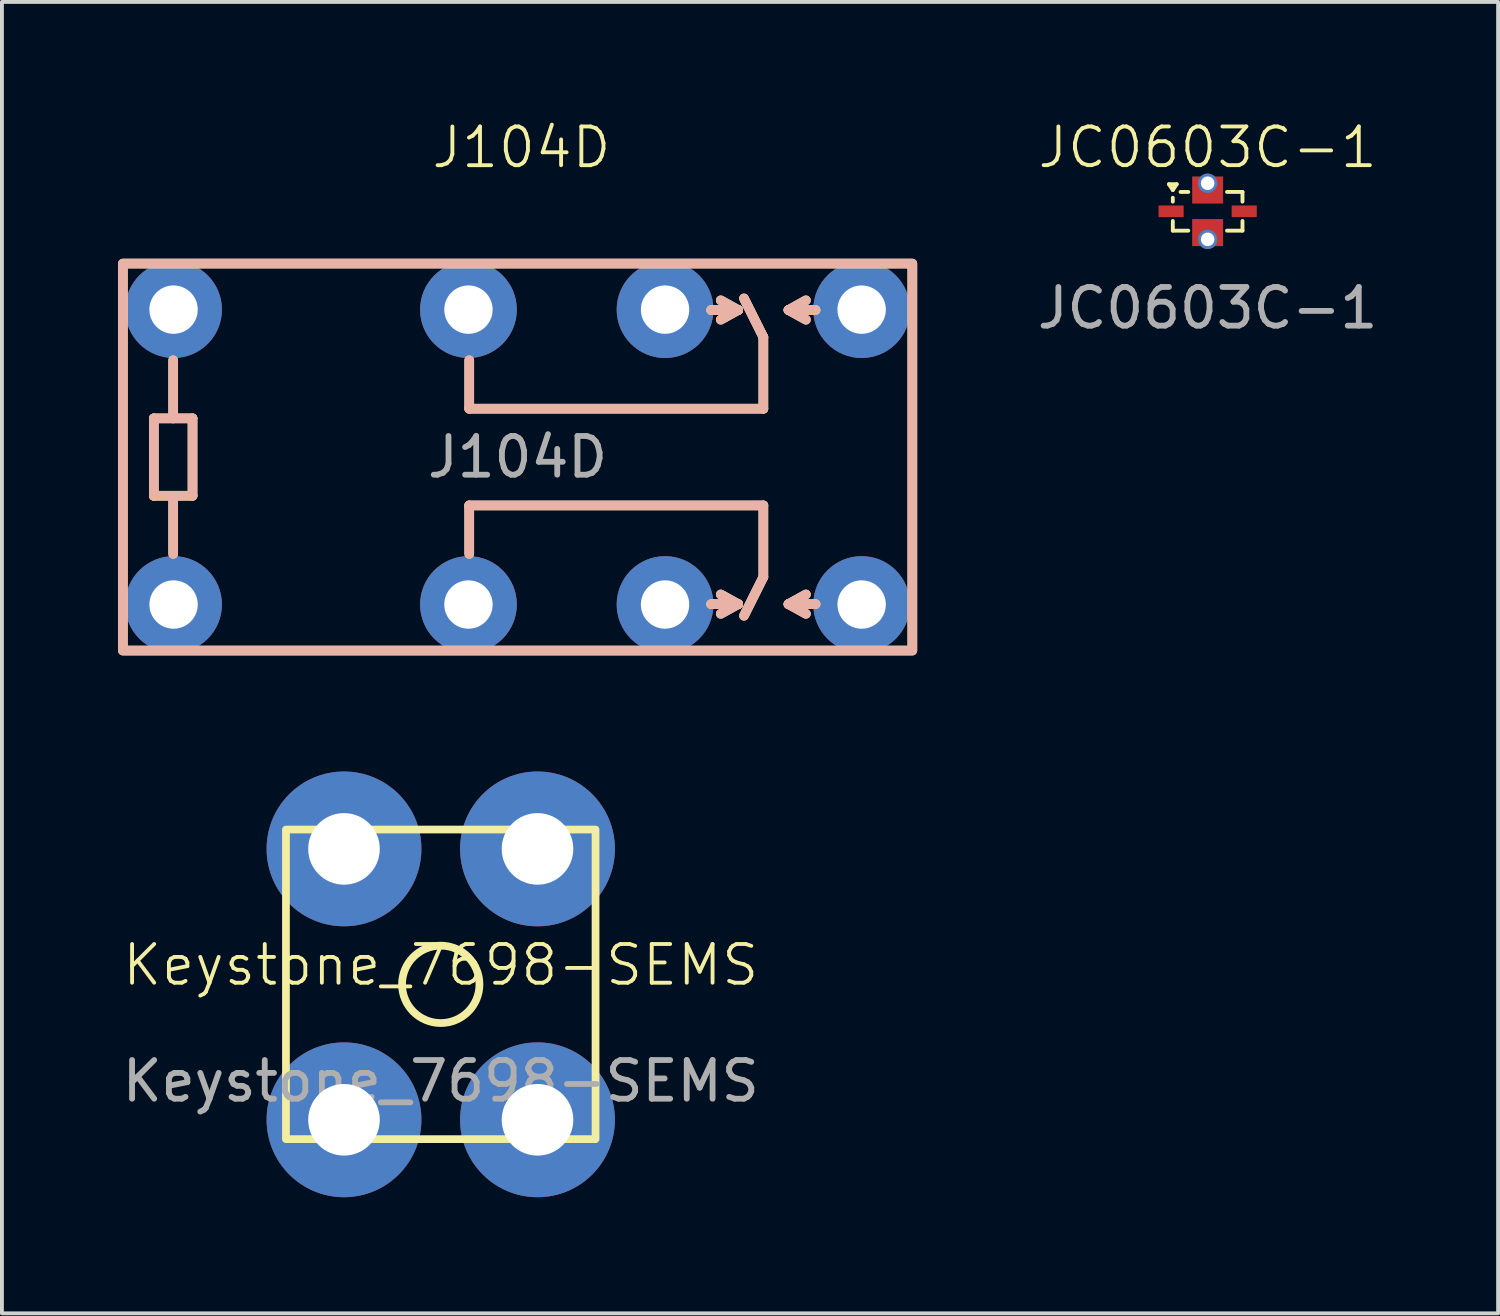
<source format=kicad_pcb>
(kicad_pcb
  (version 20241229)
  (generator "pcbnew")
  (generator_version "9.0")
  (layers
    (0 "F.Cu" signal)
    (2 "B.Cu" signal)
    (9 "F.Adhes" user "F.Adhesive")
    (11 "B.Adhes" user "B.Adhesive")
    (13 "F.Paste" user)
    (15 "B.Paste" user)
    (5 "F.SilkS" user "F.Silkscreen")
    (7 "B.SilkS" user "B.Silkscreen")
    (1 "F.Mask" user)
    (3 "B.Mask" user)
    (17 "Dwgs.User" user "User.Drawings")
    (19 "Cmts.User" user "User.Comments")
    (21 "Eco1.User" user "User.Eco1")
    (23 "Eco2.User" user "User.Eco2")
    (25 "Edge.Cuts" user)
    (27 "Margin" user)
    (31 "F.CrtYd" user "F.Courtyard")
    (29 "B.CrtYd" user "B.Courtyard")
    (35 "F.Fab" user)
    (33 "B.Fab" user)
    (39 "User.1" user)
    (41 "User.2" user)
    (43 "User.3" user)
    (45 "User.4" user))
  (footprint "Keystone_7698-SEMS"
    (layer "F.Cu")
    (at 8.339 22.386)
    (property "Reference" "Keystone_7698-SEMS" (at 0 -0.5 0) (unlocked yes) (layer "F.SilkS") (effects (font (size 1 1) (thickness 0.1))))
    (attr through_hole)
    (fp_rect (start -4 -4) (end 4 4) (stroke (width 0.2) (type solid)) (fill no) (layer "F.SilkS"))
    (fp_circle (center 0 0) (end 0 -1) (stroke (width 0.2) (type solid)) (fill no) (layer "F.SilkS"))
    (fp_text user "${REFERENCE}" (at 0 2.5 0) (unlocked yes) (layer "F.Fab") (effects (font (size 1 1) (thickness 0.15))))
    (pad "1" thru_hole circle (at -2.5 -3.5) (size 4 4) (drill 1.85) (layers "*.Cu" "*.Mask"))
    (pad "1" thru_hole circle (at -2.5 3.5) (size 4 4) (drill 1.85) (layers "*.Cu" "*.Mask"))
    (pad "1" thru_hole circle (at 2.5 -3.5) (size 4 4) (drill 1.85) (layers "*.Cu" "*.Mask"))
    (pad "1" thru_hole circle (at 2.5 3.5) (size 4 4) (drill 1.85) (layers "*.Cu" "*.Mask")))
  (footprint "J104D"
    (layer "F.Cu")
    (at 10.325 8.761)
    (property "Reference" "J104D" (at 0.1 -8 0) (unlocked yes) (layer "F.SilkS") (effects (font (size 1 1) (thickness 0.1))))
    (attr through_hole)
    (fp_line (start -9.4 -1) (end -9.4 1) (stroke (width 0.25) (type default)) (layer "F.SilkS"))
    (fp_line (start -9.4 -1) (end -8.4 -1) (stroke (width 0.25) (type default)) (layer "F.SilkS"))
    (fp_line (start -8.9 -2.5) (end -8.9 -1) (stroke (width 0.25) (type default)) (layer "F.SilkS"))
    (fp_line (start -8.9 1) (end -8.9 2.5) (stroke (width 0.25) (type default)) (layer "F.SilkS"))
    (fp_line (start -8.4 1) (end -9.4 1) (stroke (width 0.25) (type default)) (layer "F.SilkS"))
    (fp_line (start -8.4 1) (end -8.4 -1) (stroke (width 0.25) (type default)) (layer "F.SilkS"))
    (fp_line (start -1.25 -2.5) (end -1.25 -1.25) (stroke (width 0.25) (type default)) (layer "F.SilkS"))
    (fp_line (start -1.25 -1.25) (end 6.35 -1.25) (stroke (width 0.25) (type default)) (layer "F.SilkS"))
    (fp_line (start -1.25 1.25) (end 6.35 1.25) (stroke (width 0.25) (type default)) (layer "F.SilkS"))
    (fp_line (start -1.25 2.5) (end -1.25 1.25) (stroke (width 0.25) (type default)) (layer "F.SilkS"))
    (fp_line (start 5 -3.8) (end 5.7 -3.8) (stroke (width 0.25) (type default)) (layer "F.SilkS"))
    (fp_line (start 5 3.8) (end 5.7 3.8) (stroke (width 0.25) (type default)) (layer "F.SilkS"))
    (fp_line (start 5.7 -3.8) (end 5.25 -4.05) (stroke (width 0.25) (type default)) (layer "F.SilkS"))
    (fp_line (start 5.7 -3.8) (end 5.25 -3.55) (stroke (width 0.25) (type default)) (layer "F.SilkS"))
    (fp_line (start 5.7 3.8) (end 5.25 3.55) (stroke (width 0.25) (type default)) (layer "F.SilkS"))
    (fp_line (start 5.7 3.8) (end 5.25 4.05) (stroke (width 0.25) (type default)) (layer "F.SilkS"))
    (fp_line (start 6.35 -3.1) (end 5.85 -4.1) (stroke (width 0.25) (type default)) (layer "F.SilkS"))
    (fp_line (start 6.35 -3.1) (end 6.35 -1.25) (stroke (width 0.25) (type default)) (layer "F.SilkS"))
    (fp_line (start 6.35 3.1) (end 5.85 4.1) (stroke (width 0.25) (type default)) (layer "F.SilkS"))
    (fp_line (start 6.35 3.1) (end 6.35 1.25) (stroke (width 0.25) (type default)) (layer "F.SilkS"))
    (fp_line (start 7 -3.8) (end 7.45 -4.05) (stroke (width 0.25) (type default)) (layer "F.SilkS"))
    (fp_line (start 7 -3.8) (end 7.45 -3.55) (stroke (width 0.25) (type default)) (layer "F.SilkS"))
    (fp_line (start 7 3.8) (end 7.45 3.55) (stroke (width 0.25) (type default)) (layer "F.SilkS"))
    (fp_line (start 7 3.8) (end 7.45 4.05) (stroke (width 0.25) (type default)) (layer "F.SilkS"))
    (fp_line (start 7.7 -3.8) (end 7 -3.8) (stroke (width 0.25) (type default)) (layer "F.SilkS"))
    (fp_line (start 7.7 3.8) (end 7 3.8) (stroke (width 0.25) (type default)) (layer "F.SilkS"))
    (fp_rect (start -10.2 -5) (end 10.2 5) (stroke (width 0.25) (type default)) (fill no) (layer "F.SilkS"))
    (fp_line (start -9.4 -1) (end -9.4 1) (stroke (width 0.25) (type default)) (layer "B.SilkS"))
    (fp_line (start -9.4 -1) (end -8.4 -1) (stroke (width 0.25) (type default)) (layer "B.SilkS"))
    (fp_line (start -8.9 -2.5) (end -8.9 -1) (stroke (width 0.25) (type default)) (layer "B.SilkS"))
    (fp_line (start -8.9 1) (end -8.9 2.5) (stroke (width 0.25) (type default)) (layer "B.SilkS"))
    (fp_line (start -8.4 1) (end -9.4 1) (stroke (width 0.25) (type default)) (layer "B.SilkS"))
    (fp_line (start -8.4 1) (end -8.4 -1) (stroke (width 0.25) (type default)) (layer "B.SilkS"))
    (fp_line (start -1.25 -1.25) (end -1.25 -2.5) (stroke (width 0.25) (type default)) (layer "B.SilkS"))
    (fp_line (start -1.25 1.25) (end -1.25 2.5) (stroke (width 0.25) (type default)) (layer "B.SilkS"))
    (fp_line (start 5.25 -4.05) (end 5.7 -3.8) (stroke (width 0.25) (type default)) (layer "B.SilkS"))
    (fp_line (start 5.25 -3.55) (end 5.7 -3.8) (stroke (width 0.25) (type default)) (layer "B.SilkS"))
    (fp_line (start 5.25 3.55) (end 5.7 3.8) (stroke (width 0.25) (type default)) (layer "B.SilkS"))
    (fp_line (start 5.25 4.05) (end 5.7 3.8) (stroke (width 0.25) (type default)) (layer "B.SilkS"))
    (fp_line (start 5.7 -3.8) (end 5 -3.8) (stroke (width 0.25) (type default)) (layer "B.SilkS"))
    (fp_line (start 5.7 3.8) (end 5 3.8) (stroke (width 0.25) (type default)) (layer "B.SilkS"))
    (fp_line (start 5.85 -4.1) (end 6.35 -3.1) (stroke (width 0.25) (type default)) (layer "B.SilkS"))
    (fp_line (start 5.85 4.1) (end 6.35 3.1) (stroke (width 0.25) (type default)) (layer "B.SilkS"))
    (fp_line (start 6.35 -1.25) (end -1.25 -1.25) (stroke (width 0.25) (type default)) (layer "B.SilkS"))
    (fp_line (start 6.35 -1.25) (end 6.35 -3.1) (stroke (width 0.25) (type default)) (layer "B.SilkS"))
    (fp_line (start 6.35 1.25) (end -1.25 1.25) (stroke (width 0.25) (type default)) (layer "B.SilkS"))
    (fp_line (start 6.35 1.25) (end 6.35 3.1) (stroke (width 0.25) (type default)) (layer "B.SilkS"))
    (fp_line (start 7 -3.8) (end 7.7 -3.8) (stroke (width 0.25) (type default)) (layer "B.SilkS"))
    (fp_line (start 7 3.8) (end 7.7 3.8) (stroke (width 0.25) (type default)) (layer "B.SilkS"))
    (fp_line (start 7.45 -4.05) (end 7 -3.8) (stroke (width 0.25) (type default)) (layer "B.SilkS"))
    (fp_line (start 7.45 -3.55) (end 7 -3.8) (stroke (width 0.25) (type default)) (layer "B.SilkS"))
    (fp_line (start 7.45 3.55) (end 7 3.8) (stroke (width 0.25) (type default)) (layer "B.SilkS"))
    (fp_line (start 7.45 4.05) (end 7 3.8) (stroke (width 0.25) (type default)) (layer "B.SilkS"))
    (fp_rect (start -10.2 -5) (end 10.2 5) (stroke (width 0.25) (type default)) (fill no) (layer "B.SilkS"))
    (fp_text user "${REFERENCE}" (at 0 0 0) (unlocked yes) (layer "F.Fab") (effects (font (size 1 1) (thickness 0.15))))
    (pad "11" thru_hole circle (at -1.27 -3.81) (size 2.5 2.5) (drill 1.25) (layers "*.Cu" "*.Mask"))
    (pad "12" thru_hole circle (at 3.81 -3.81) (size 2.5 2.5) (drill 1.25) (layers "*.Cu" "*.Mask"))
    (pad "14" thru_hole circle (at 8.89 -3.81) (size 2.5 2.5) (drill 1.25) (layers "*.Cu" "*.Mask"))
    (pad "21" thru_hole circle (at -1.27 3.81) (size 2.5 2.5) (drill 1.25) (layers "*.Cu" "*.Mask"))
    (pad "22" thru_hole circle (at 3.81 3.81) (size 2.5 2.5) (drill 1.25) (layers "*.Cu" "*.Mask"))
    (pad "24" thru_hole circle (at 8.89 3.81) (size 2.5 2.5) (drill 1.25) (layers "*.Cu" "*.Mask"))
    (pad "A1" thru_hole circle (at -8.89 -3.81) (size 2.5 2.5) (drill 1.25) (layers "*.Cu" "*.Mask"))
    (pad "A2" thru_hole circle (at -8.89 3.81) (size 2.5 2.5) (drill 1.25) (layers "*.Cu" "*.Mask")))
  (footprint "JC0603C-1"
    (layer "F.Cu")
    (at 28.156 2.41)
    (property "Reference" "JC0603C-1" (at 0 -1.65 0) (unlocked yes) (layer "F.SilkS") (effects (font (size 1 1) (thickness 0.1))))
    (attr smd)
    (fp_line (start -1 -0.7) (end -0.9 -0.55) (stroke (width 0.1) (type default)) (layer "F.SilkS"))
    (fp_line (start -0.9 -0.55) (end -0.8 -0.7) (stroke (width 0.1) (type default)) (layer "F.SilkS"))
    (fp_line (start -0.9 -0.25) (end -0.9 -0.35) (stroke (width 0.1) (type default)) (layer "F.SilkS"))
    (fp_line (start -0.9 0.25) (end -0.9 0.5) (stroke (width 0.1) (type default)) (layer "F.SilkS"))
    (fp_line (start -0.9 0.5) (end -0.5 0.5) (stroke (width 0.1) (type default)) (layer "F.SilkS"))
    (fp_line (start -0.8 -0.7) (end -1 -0.7) (stroke (width 0.1) (type default)) (layer "F.SilkS"))
    (fp_line (start -0.7 -0.5) (end -0.5 -0.5) (stroke (width 0.1) (type default)) (layer "F.SilkS"))
    (fp_line (start 0.5 -0.5) (end 0.9 -0.5) (stroke (width 0.1) (type default)) (layer "F.SilkS"))
    (fp_line (start 0.9 -0.5) (end 0.9 -0.25) (stroke (width 0.1) (type default)) (layer "F.SilkS"))
    (fp_line (start 0.9 0.25) (end 0.9 0.5) (stroke (width 0.1) (type default)) (layer "F.SilkS"))
    (fp_line (start 0.9 0.5) (end 0.5 0.5) (stroke (width 0.1) (type default)) (layer "F.SilkS"))
    (fp_text user "${REFERENCE}" (at 0 2.5 0) (unlocked yes) (layer "F.Fab") (effects (font (size 1 1) (thickness 0.15))))
    (pad "1" smd rect (at -0.945 0) (size 0.65 0.3) (layers "F.Cu" "F.Mask" "F.Paste"))
    (pad "2" smd rect (at 0 0.55) (size 0.8 0.7) (layers "F.Cu" "F.Mask" "F.Paste"))
    (pad "2" thru_hole circle (at 0 0.725) (size 0.5 0.5) (drill 0.35) (layers "*.Cu" "*.Mask"))
    (pad "3" smd rect (at 0.945 0) (size 0.65 0.3) (layers "F.Cu" "F.Mask" "F.Paste"))
    (pad "4" thru_hole circle (at 0 -0.725) (size 0.5 0.5) (drill 0.35) (layers "*.Cu" "*.Mask"))
    (pad "4" smd rect (at 0 -0.55) (size 0.8 0.7) (layers "F.Cu" "F.Mask" "F.Paste")))
  (gr_rect
    (start -3 -3)
    (end 35.662 30.886)
    (stroke (width 0.1) (type default))
    (fill no)
    (layer "Edge.Cuts")))
</source>
